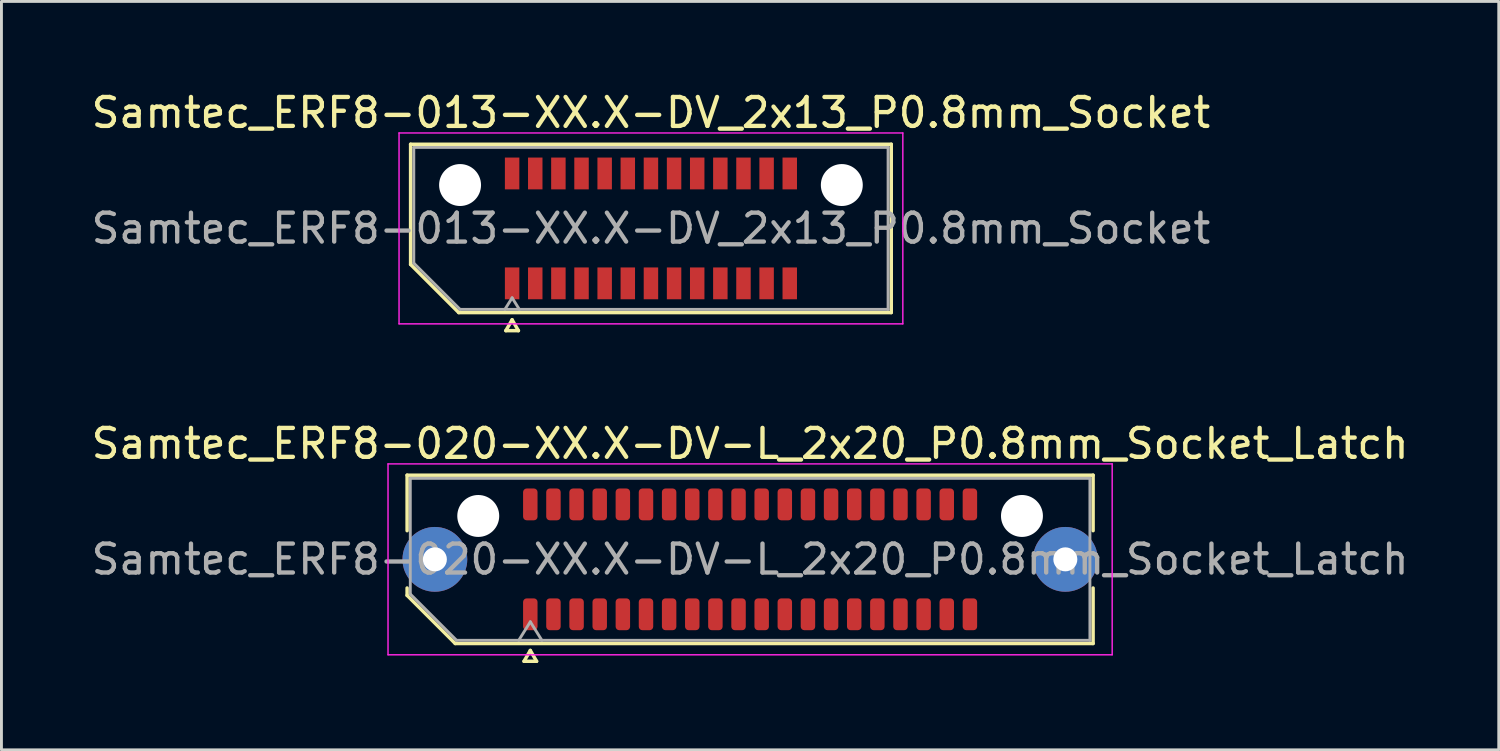
<source format=kicad_pcb>
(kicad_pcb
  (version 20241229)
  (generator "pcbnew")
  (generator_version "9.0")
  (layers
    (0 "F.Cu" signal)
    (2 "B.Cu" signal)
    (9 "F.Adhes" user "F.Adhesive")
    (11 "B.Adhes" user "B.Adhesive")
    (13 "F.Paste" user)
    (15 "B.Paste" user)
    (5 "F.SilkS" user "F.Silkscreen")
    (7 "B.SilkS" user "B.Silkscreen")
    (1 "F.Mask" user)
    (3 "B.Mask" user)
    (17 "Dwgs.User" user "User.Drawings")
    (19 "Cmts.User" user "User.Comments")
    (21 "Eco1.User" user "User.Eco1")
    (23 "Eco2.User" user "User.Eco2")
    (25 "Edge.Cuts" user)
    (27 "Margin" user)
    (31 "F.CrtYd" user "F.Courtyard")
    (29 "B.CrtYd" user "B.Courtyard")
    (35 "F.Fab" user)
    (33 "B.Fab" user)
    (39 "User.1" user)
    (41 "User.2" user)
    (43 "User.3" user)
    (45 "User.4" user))
  (footprint "Samtec_ERF8-013-XX.X-DV_2x13_P0.8mm_Socket"
    (layer "F.Cu")
    (at 19.458 4.848)
    (property "Reference" "Samtec_ERF8-013-XX.X-DV_2x13_P0.8mm_Socket" (at 0 -4 0) (layer "F.SilkS") (effects (font (size 1 1) (thickness 0.15))))
    (attr smd)
    (fp_line (start -8.31 -2.91) (end 8.31 -2.91) (stroke (width 0.12) (type solid)) (layer "F.SilkS"))
    (fp_line (start -8.31 1.246) (end -8.31 -2.91) (stroke (width 0.12) (type solid)) (layer "F.SilkS"))
    (fp_line (start -6.646 2.91) (end -8.31 1.246) (stroke (width 0.12) (type solid)) (layer "F.SilkS"))
    (fp_line (start -5.017 3.535) (end -4.8 3.16) (stroke (width 0.12) (type solid)) (layer "F.SilkS"))
    (fp_line (start -4.8 3.16) (end -4.583 3.535) (stroke (width 0.12) (type solid)) (layer "F.SilkS"))
    (fp_line (start -4.583 3.535) (end -5.017 3.535) (stroke (width 0.12) (type solid)) (layer "F.SilkS"))
    (fp_line (start 8.31 -2.91) (end 8.31 2.91) (stroke (width 0.12) (type solid)) (layer "F.SilkS"))
    (fp_line (start 8.31 2.91) (end -6.646 2.91) (stroke (width 0.12) (type solid)) (layer "F.SilkS"))
    (fp_line (start -8.71 -3.3) (end -8.71 3.3) (stroke (width 0.05) (type solid)) (layer "F.CrtYd"))
    (fp_line (start -8.71 3.3) (end 8.71 3.3) (stroke (width 0.05) (type solid)) (layer "F.CrtYd"))
    (fp_line (start 8.71 -3.3) (end -8.71 -3.3) (stroke (width 0.05) (type solid)) (layer "F.CrtYd"))
    (fp_line (start 8.71 3.3) (end 8.71 -3.3) (stroke (width 0.05) (type solid)) (layer "F.CrtYd"))
    (fp_line (start -8.2 -2.8) (end 8.2 -2.8) (stroke (width 0.1) (type solid)) (layer "F.Fab"))
    (fp_line (start -8.2 1.2) (end -8.2 -2.8) (stroke (width 0.1) (type solid)) (layer "F.Fab"))
    (fp_line (start -6.6 2.8) (end -8.2 1.2) (stroke (width 0.1) (type solid)) (layer "F.Fab"))
    (fp_line (start -4.8 2.4) (end -5.05 2.8) (stroke (width 0.1) (type solid)) (layer "F.Fab"))
    (fp_line (start -4.8 2.4) (end -4.55 2.8) (stroke (width 0.1) (type solid)) (layer "F.Fab"))
    (fp_line (start 8.2 -2.8) (end 8.2 2.8) (stroke (width 0.1) (type solid)) (layer "F.Fab"))
    (fp_line (start 8.2 2.8) (end -6.6 2.8) (stroke (width 0.1) (type solid)) (layer "F.Fab"))
    (fp_text user "${REFERENCE}" (at 0 0 0) (layer "F.Fab") (effects (font (size 1 1) (thickness 0.15))))
    (pad "" np_thru_hole circle (at -6.6 -1.5) (size 1.45 1.45) (drill 1.45) (layers "*.Cu" "*.Mask"))
    (pad "" np_thru_hole circle (at 6.6 -1.5) (size 1.45 1.45) (drill 1.45) (layers "*.Cu" "*.Mask"))
    (pad "1" smd rect (at -4.8 1.9) (size 0.5 1.1) (layers "F.Cu" "F.Mask" "F.Paste"))
    (pad "2" smd rect (at -4.8 -1.9) (size 0.5 1.1) (layers "F.Cu" "F.Mask" "F.Paste"))
    (pad "3" smd rect (at -4 1.9) (size 0.5 1.1) (layers "F.Cu" "F.Mask" "F.Paste"))
    (pad "4" smd rect (at -4 -1.9) (size 0.5 1.1) (layers "F.Cu" "F.Mask" "F.Paste"))
    (pad "5" smd rect (at -3.2 1.9) (size 0.5 1.1) (layers "F.Cu" "F.Mask" "F.Paste"))
    (pad "6" smd rect (at -3.2 -1.9) (size 0.5 1.1) (layers "F.Cu" "F.Mask" "F.Paste"))
    (pad "7" smd rect (at -2.4 1.9) (size 0.5 1.1) (layers "F.Cu" "F.Mask" "F.Paste"))
    (pad "8" smd rect (at -2.4 -1.9) (size 0.5 1.1) (layers "F.Cu" "F.Mask" "F.Paste"))
    (pad "9" smd rect (at -1.6 1.9) (size 0.5 1.1) (layers "F.Cu" "F.Mask" "F.Paste"))
    (pad "10" smd rect (at -1.6 -1.9) (size 0.5 1.1) (layers "F.Cu" "F.Mask" "F.Paste"))
    (pad "11" smd rect (at -0.8 1.9) (size 0.5 1.1) (layers "F.Cu" "F.Mask" "F.Paste"))
    (pad "12" smd rect (at -0.8 -1.9) (size 0.5 1.1) (layers "F.Cu" "F.Mask" "F.Paste"))
    (pad "13" smd rect (at 0 1.9) (size 0.5 1.1) (layers "F.Cu" "F.Mask" "F.Paste"))
    (pad "14" smd rect (at 0 -1.9) (size 0.5 1.1) (layers "F.Cu" "F.Mask" "F.Paste"))
    (pad "15" smd rect (at 0.8 1.9) (size 0.5 1.1) (layers "F.Cu" "F.Mask" "F.Paste"))
    (pad "16" smd rect (at 0.8 -1.9) (size 0.5 1.1) (layers "F.Cu" "F.Mask" "F.Paste"))
    (pad "17" smd rect (at 1.6 1.9) (size 0.5 1.1) (layers "F.Cu" "F.Mask" "F.Paste"))
    (pad "18" smd rect (at 1.6 -1.9) (size 0.5 1.1) (layers "F.Cu" "F.Mask" "F.Paste"))
    (pad "19" smd rect (at 2.4 1.9) (size 0.5 1.1) (layers "F.Cu" "F.Mask" "F.Paste"))
    (pad "20" smd rect (at 2.4 -1.9) (size 0.5 1.1) (layers "F.Cu" "F.Mask" "F.Paste"))
    (pad "21" smd rect (at 3.2 1.9) (size 0.5 1.1) (layers "F.Cu" "F.Mask" "F.Paste"))
    (pad "22" smd rect (at 3.2 -1.9) (size 0.5 1.1) (layers "F.Cu" "F.Mask" "F.Paste"))
    (pad "23" smd rect (at 4 1.9) (size 0.5 1.1) (layers "F.Cu" "F.Mask" "F.Paste"))
    (pad "24" smd rect (at 4 -1.9) (size 0.5 1.1) (layers "F.Cu" "F.Mask" "F.Paste"))
    (pad "25" smd rect (at 4.8 1.9) (size 0.5 1.1) (layers "F.Cu" "F.Mask" "F.Paste"))
    (pad "26" smd rect (at 4.8 -1.9) (size 0.5 1.1) (layers "F.Cu" "F.Mask" "F.Paste")))
  (footprint "Samtec_ERF8-020-XX.X-DV-L_2x20_P0.8mm_Socket_Latch"
    (layer "F.Cu")
    (at 22.887 16.291)
    (property "Reference" "Samtec_ERF8-020-XX.X-DV-L_2x20_P0.8mm_Socket_Latch" (at 0 -4 0) (layer "F.SilkS") (effects (font (size 1 1) (thickness 0.15))))
    (attr smd)
    (fp_line (start -11.86 -2.91) (end 11.86 -2.91) (stroke (width 0.12) (type solid)) (layer "F.SilkS"))
    (fp_line (start -11.86 -0.991) (end -11.86 -2.91) (stroke (width 0.12) (type solid)) (layer "F.SilkS"))
    (fp_line (start -11.86 1.246) (end -11.86 0.991) (stroke (width 0.12) (type solid)) (layer "F.SilkS"))
    (fp_line (start -10.196 2.91) (end -11.86 1.246) (stroke (width 0.12) (type solid)) (layer "F.SilkS"))
    (fp_line (start -7.817 3.525) (end -7.6 3.15) (stroke (width 0.12) (type solid)) (layer "F.SilkS"))
    (fp_line (start -7.6 3.15) (end -7.383 3.525) (stroke (width 0.12) (type solid)) (layer "F.SilkS"))
    (fp_line (start -7.383 3.525) (end -7.817 3.525) (stroke (width 0.12) (type solid)) (layer "F.SilkS"))
    (fp_line (start 11.86 -2.91) (end 11.86 -0.991) (stroke (width 0.12) (type solid)) (layer "F.SilkS"))
    (fp_line (start 11.86 0.991) (end 11.86 2.91) (stroke (width 0.12) (type solid)) (layer "F.SilkS"))
    (fp_line (start 11.86 2.91) (end -10.196 2.91) (stroke (width 0.12) (type solid)) (layer "F.SilkS"))
    (fp_line (start -12.52 -3.3) (end -12.52 3.3) (stroke (width 0.05) (type solid)) (layer "F.CrtYd"))
    (fp_line (start -12.52 3.3) (end 12.52 3.3) (stroke (width 0.05) (type solid)) (layer "F.CrtYd"))
    (fp_line (start 12.52 -3.3) (end -12.52 -3.3) (stroke (width 0.05) (type solid)) (layer "F.CrtYd"))
    (fp_line (start 12.52 3.3) (end 12.52 -3.3) (stroke (width 0.05) (type solid)) (layer "F.CrtYd"))
    (fp_line (start -11.75 -2.8) (end 11.75 -2.8) (stroke (width 0.1) (type solid)) (layer "F.Fab"))
    (fp_line (start -11.75 1.2) (end -11.75 -2.8) (stroke (width 0.1) (type solid)) (layer "F.Fab"))
    (fp_line (start -10.15 2.8) (end -11.75 1.2) (stroke (width 0.1) (type solid)) (layer "F.Fab"))
    (fp_line (start -8 2.8) (end -7.6 2.16) (stroke (width 0.1) (type solid)) (layer "F.Fab"))
    (fp_line (start -7.6 2.16) (end -7.2 2.8) (stroke (width 0.1) (type solid)) (layer "F.Fab"))
    (fp_line (start 11.75 -2.8) (end 11.75 2.8) (stroke (width 0.1) (type solid)) (layer "F.Fab"))
    (fp_line (start 11.75 2.8) (end -10.15 2.8) (stroke (width 0.1) (type solid)) (layer "F.Fab"))
    (fp_text user "${REFERENCE}" (at 0 0 0) (layer "F.Fab") (effects (font (size 1 1) (thickness 0.15))))
    (pad "" thru_hole circle (at -10.9 0) (size 2.24 2.24) (drill 0.83) (layers "*.Cu" "*.Mask" "F.Paste"))
    (pad "" np_thru_hole circle (at -9.4 -1.5) (size 1.45 1.45) (drill 1.45) (layers "*.Cu" "*.Mask"))
    (pad "" np_thru_hole circle (at 9.4 -1.5) (size 1.45 1.45) (drill 1.45) (layers "*.Cu" "*.Mask"))
    (pad "" thru_hole circle (at 10.9 0) (size 2.24 2.24) (drill 0.83) (layers "*.Cu" "*.Mask" "F.Paste"))
    (pad "1" smd roundrect (at -7.6 1.9) (size 0.5 1.1) (layers "F.Cu" "F.Mask" "F.Paste") (roundrect_rratio 0.25))
    (pad "2" smd roundrect (at -7.6 -1.9) (size 0.5 1.1) (layers "F.Cu" "F.Mask" "F.Paste") (roundrect_rratio 0.25))
    (pad "3" smd roundrect (at -6.8 1.9) (size 0.5 1.1) (layers "F.Cu" "F.Mask" "F.Paste") (roundrect_rratio 0.25))
    (pad "4" smd roundrect (at -6.8 -1.9) (size 0.5 1.1) (layers "F.Cu" "F.Mask" "F.Paste") (roundrect_rratio 0.25))
    (pad "5" smd roundrect (at -6 1.9) (size 0.5 1.1) (layers "F.Cu" "F.Mask" "F.Paste") (roundrect_rratio 0.25))
    (pad "6" smd roundrect (at -6 -1.9) (size 0.5 1.1) (layers "F.Cu" "F.Mask" "F.Paste") (roundrect_rratio 0.25))
    (pad "7" smd roundrect (at -5.2 1.9) (size 0.5 1.1) (layers "F.Cu" "F.Mask" "F.Paste") (roundrect_rratio 0.25))
    (pad "8" smd roundrect (at -5.2 -1.9) (size 0.5 1.1) (layers "F.Cu" "F.Mask" "F.Paste") (roundrect_rratio 0.25))
    (pad "9" smd roundrect (at -4.4 1.9) (size 0.5 1.1) (layers "F.Cu" "F.Mask" "F.Paste") (roundrect_rratio 0.25))
    (pad "10" smd roundrect (at -4.4 -1.9) (size 0.5 1.1) (layers "F.Cu" "F.Mask" "F.Paste") (roundrect_rratio 0.25))
    (pad "11" smd roundrect (at -3.6 1.9) (size 0.5 1.1) (layers "F.Cu" "F.Mask" "F.Paste") (roundrect_rratio 0.25))
    (pad "12" smd roundrect (at -3.6 -1.9) (size 0.5 1.1) (layers "F.Cu" "F.Mask" "F.Paste") (roundrect_rratio 0.25))
    (pad "13" smd roundrect (at -2.8 1.9) (size 0.5 1.1) (layers "F.Cu" "F.Mask" "F.Paste") (roundrect_rratio 0.25))
    (pad "14" smd roundrect (at -2.8 -1.9) (size 0.5 1.1) (layers "F.Cu" "F.Mask" "F.Paste") (roundrect_rratio 0.25))
    (pad "15" smd roundrect (at -2 1.9) (size 0.5 1.1) (layers "F.Cu" "F.Mask" "F.Paste") (roundrect_rratio 0.25))
    (pad "16" smd roundrect (at -2 -1.9) (size 0.5 1.1) (layers "F.Cu" "F.Mask" "F.Paste") (roundrect_rratio 0.25))
    (pad "17" smd roundrect (at -1.2 1.9) (size 0.5 1.1) (layers "F.Cu" "F.Mask" "F.Paste") (roundrect_rratio 0.25))
    (pad "18" smd roundrect (at -1.2 -1.9) (size 0.5 1.1) (layers "F.Cu" "F.Mask" "F.Paste") (roundrect_rratio 0.25))
    (pad "19" smd roundrect (at -0.4 1.9) (size 0.5 1.1) (layers "F.Cu" "F.Mask" "F.Paste") (roundrect_rratio 0.25))
    (pad "20" smd roundrect (at -0.4 -1.9) (size 0.5 1.1) (layers "F.Cu" "F.Mask" "F.Paste") (roundrect_rratio 0.25))
    (pad "21" smd roundrect (at 0.4 1.9) (size 0.5 1.1) (layers "F.Cu" "F.Mask" "F.Paste") (roundrect_rratio 0.25))
    (pad "22" smd roundrect (at 0.4 -1.9) (size 0.5 1.1) (layers "F.Cu" "F.Mask" "F.Paste") (roundrect_rratio 0.25))
    (pad "23" smd roundrect (at 1.2 1.9) (size 0.5 1.1) (layers "F.Cu" "F.Mask" "F.Paste") (roundrect_rratio 0.25))
    (pad "24" smd roundrect (at 1.2 -1.9) (size 0.5 1.1) (layers "F.Cu" "F.Mask" "F.Paste") (roundrect_rratio 0.25))
    (pad "25" smd roundrect (at 2 1.9) (size 0.5 1.1) (layers "F.Cu" "F.Mask" "F.Paste") (roundrect_rratio 0.25))
    (pad "26" smd roundrect (at 2 -1.9) (size 0.5 1.1) (layers "F.Cu" "F.Mask" "F.Paste") (roundrect_rratio 0.25))
    (pad "27" smd roundrect (at 2.8 1.9) (size 0.5 1.1) (layers "F.Cu" "F.Mask" "F.Paste") (roundrect_rratio 0.25))
    (pad "28" smd roundrect (at 2.8 -1.9) (size 0.5 1.1) (layers "F.Cu" "F.Mask" "F.Paste") (roundrect_rratio 0.25))
    (pad "29" smd roundrect (at 3.6 1.9) (size 0.5 1.1) (layers "F.Cu" "F.Mask" "F.Paste") (roundrect_rratio 0.25))
    (pad "30" smd roundrect (at 3.6 -1.9) (size 0.5 1.1) (layers "F.Cu" "F.Mask" "F.Paste") (roundrect_rratio 0.25))
    (pad "31" smd roundrect (at 4.4 1.9) (size 0.5 1.1) (layers "F.Cu" "F.Mask" "F.Paste") (roundrect_rratio 0.25))
    (pad "32" smd roundrect (at 4.4 -1.9) (size 0.5 1.1) (layers "F.Cu" "F.Mask" "F.Paste") (roundrect_rratio 0.25))
    (pad "33" smd roundrect (at 5.2 1.9) (size 0.5 1.1) (layers "F.Cu" "F.Mask" "F.Paste") (roundrect_rratio 0.25))
    (pad "34" smd roundrect (at 5.2 -1.9) (size 0.5 1.1) (layers "F.Cu" "F.Mask" "F.Paste") (roundrect_rratio 0.25))
    (pad "35" smd roundrect (at 6 1.9) (size 0.5 1.1) (layers "F.Cu" "F.Mask" "F.Paste") (roundrect_rratio 0.25))
    (pad "36" smd roundrect (at 6 -1.9) (size 0.5 1.1) (layers "F.Cu" "F.Mask" "F.Paste") (roundrect_rratio 0.25))
    (pad "37" smd roundrect (at 6.8 1.9) (size 0.5 1.1) (layers "F.Cu" "F.Mask" "F.Paste") (roundrect_rratio 0.25))
    (pad "38" smd roundrect (at 6.8 -1.9) (size 0.5 1.1) (layers "F.Cu" "F.Mask" "F.Paste") (roundrect_rratio 0.25))
    (pad "39" smd roundrect (at 7.6 1.9) (size 0.5 1.1) (layers "F.Cu" "F.Mask" "F.Paste") (roundrect_rratio 0.25))
    (pad "40" smd roundrect (at 7.6 -1.9) (size 0.5 1.1) (layers "F.Cu" "F.Mask" "F.Paste") (roundrect_rratio 0.25)))
  (gr_rect
    (start -3 -3)
    (end 48.774 22.877)
    (stroke (width 0.1) (type default))
    (fill no)
    (layer "Edge.Cuts")))
</source>
